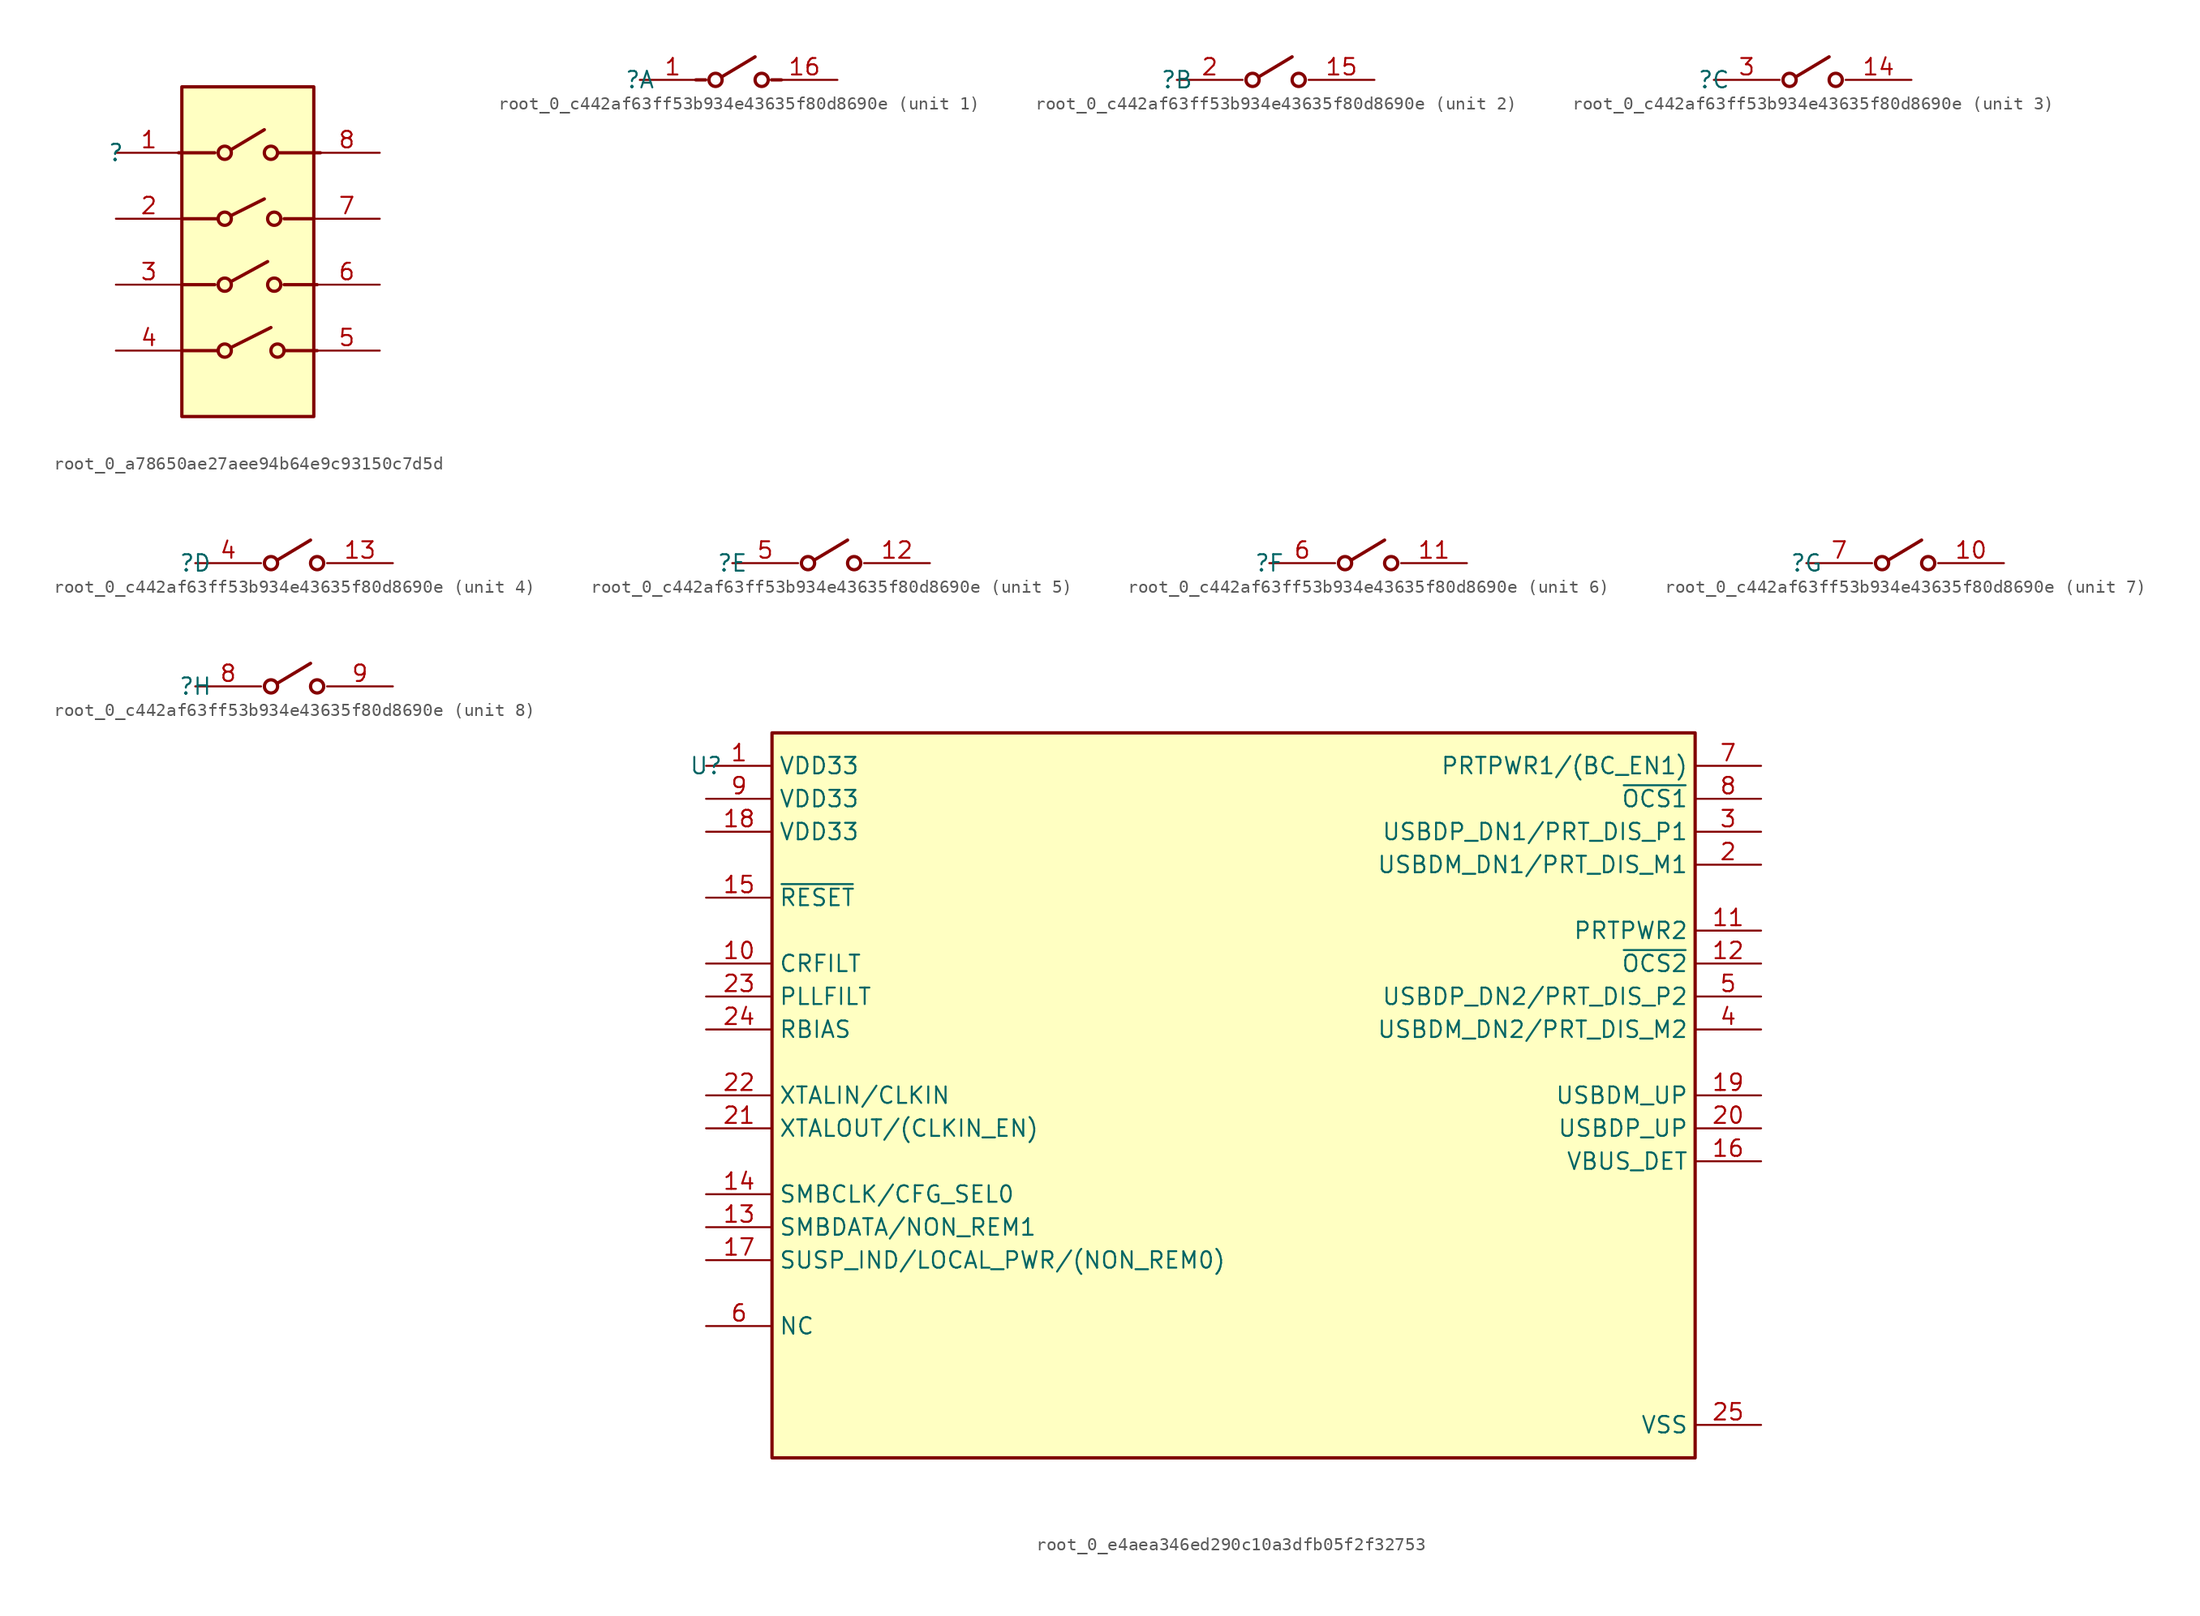
<source format=kicad_sym>
(kicad_symbol_lib
  (version 20231120)
  (generator "kicad_symbol_editor")
  (generator_version "8.0")
  (symbol "root_0_a78650ae27aee94b64e9c93150c7d5d"
    (property "Reference" ""
      (at 0 0 0)
      (effects (font (size 1.27 1.27))))
    (property "Value" ""
      (at 0 0 0)
      (effects (font (size 1.27 1.27))))
    (symbol "root_0_a78650ae27aee94b64e9c93150c7d5d_1_0"
      (polyline (pts (xy 4.826 0) (xy 7.62 0)) (stroke (width 0.254) (type solid)) (fill (type none)))
      (polyline (pts (xy 5.08 -15.24) (xy 7.874 -15.24)) (stroke (width 0.254) (type solid)) (fill (type none)))
      (polyline (pts (xy 5.08 -10.16) (xy 7.62 -10.16)) (stroke (width 0.254) (type solid)) (fill (type none)))
      (polyline (pts (xy 5.08 -5.08) (xy 7.874 -5.08)) (stroke (width 0.254) (type solid)) (fill (type none)))
      (polyline (pts (xy 8.89 -14.986) (xy 11.938 -13.462)) (stroke (width 0.254) (type solid)) (fill (type none)))
      (polyline (pts (xy 8.89 -9.906) (xy 11.684 -8.382)) (stroke (width 0.254) (type solid)) (fill (type none)))
      (polyline (pts (xy 8.89 -4.826) (xy 11.43 -3.556)) (stroke (width 0.254) (type solid)) (fill (type none)))
      (polyline (pts (xy 8.89 0.254) (xy 11.43 1.778)) (stroke (width 0.254) (type solid)) (fill (type none)))
      (polyline (pts (xy 15.24 -5.08) (xy 12.954 -5.08)) (stroke (width 0.254) (type solid)) (fill (type none)))
      (polyline (pts (xy 15.494 -15.24) (xy 12.954 -15.24)) (stroke (width 0.254) (type solid)) (fill (type none)))
      (polyline (pts (xy 15.494 -10.16) (xy 12.954 -10.16)) (stroke (width 0.254) (type solid)) (fill (type none)))
      (polyline (pts (xy 15.748 0) (xy 12.446 0)) (stroke (width 0.254) (type solid)) (fill (type none)))
      (circle (center 8.382 -15.24) (radius 0.508) (stroke (width 0.254) (type solid)) (fill (type none)))
      (circle (center 8.382 -10.16) (radius 0.508) (stroke (width 0.254) (type solid)) (fill (type none)))
      (circle (center 8.382 -5.08) (radius 0.508) (stroke (width 0.254) (type solid)) (fill (type none)))
      (circle (center 8.382 0) (radius 0.508) (stroke (width 0.254) (type solid)) (fill (type none)))
      (circle (center 11.938 0) (radius 0.508) (stroke (width 0.254) (type solid)) (fill (type none)))
      (circle (center 12.192 -10.16) (radius 0.508) (stroke (width 0.254) (type solid)) (fill (type none)))
      (circle (center 12.192 -5.08) (radius 0.508) (stroke (width 0.254) (type solid)) (fill (type none)))
      (circle (center 12.446 -15.24) (radius 0.508) (stroke (width 0.254) (type solid)) (fill (type none)))
      (rectangle (start 15.24 5.08) (end 5.08 -20.32) (stroke (width 0.254) (type solid) (color 128 0 0 1)) (fill (type background)))
      (pin passive line (at 0 0 0) (length 5.08) (name "1" (effects (font (size 0 0)))) (number "1" (effects (font (size 1.27 1.27)))))
      (pin passive line (at 0 -5.08 0) (length 5.08) (name "2" (effects (font (size 0 0)))) (number "2" (effects (font (size 1.27 1.27)))))
      (pin passive line (at 0 -10.16 0) (length 5.08) (name "3" (effects (font (size 0 0)))) (number "3" (effects (font (size 1.27 1.27)))))
      (pin passive line (at 0 -15.24 0) (length 5.08) (name "4" (effects (font (size 0 0)))) (number "4" (effects (font (size 1.27 1.27)))))
      (pin passive line (at 20.32 -15.24 180) (length 5.08) (name "5" (effects (font (size 0 0)))) (number "5" (effects (font (size 1.27 1.27)))))
      (pin passive line (at 20.32 -10.16 180) (length 5.08) (name "6" (effects (font (size 0 0)))) (number "6" (effects (font (size 1.27 1.27)))))
      (pin passive line (at 20.32 -5.08 180) (length 5.08) (name "7" (effects (font (size 0 0)))) (number "7" (effects (font (size 1.27 1.27)))))
      (pin passive line (at 20.32 0 180) (length 5.08) (name "8" (effects (font (size 0 0)))) (number "8" (effects (font (size 1.27 1.27)))))))
  (symbol "root_0_c442af63ff53b934e43635f80d8690e"
    (property "Reference" ""
      (at 0 0 0)
      (effects (font (size 1.27 1.27))))
    (property "Value" ""
      (at 0 0 0)
      (effects (font (size 1.27 1.27))))
    (symbol "root_0_c442af63ff53b934e43635f80d8690e_1_0"
      (polyline (pts (xy 5.08 0) (xy 4.318 0)) (stroke (width 0.254) (type solid)) (fill (type none)))
      (polyline (pts (xy 6.35 0.254) (xy 8.89 1.778)) (stroke (width 0.254) (type solid)) (fill (type none)))
      (polyline (pts (xy 10.16 0) (xy 10.922 0)) (stroke (width 0.254) (type solid)) (fill (type none)))
      (circle (center 5.842 0) (radius 0.508) (stroke (width 0.254) (type solid)) (fill (type none)))
      (circle (center 9.398 0) (radius 0.508) (stroke (width 0.254) (type solid)) (fill (type none)))
      (pin passive line (at 0 0 0) (length 5.08) (name "1" (effects (font (size 0 0)))) (number "1" (effects (font (size 1.27 1.27)))))
      (pin passive line (at 15.24 0 180) (length 5.08) (name "16" (effects (font (size 0 0)))) (number "16" (effects (font (size 1.27 1.27))))))
    (symbol "root_0_c442af63ff53b934e43635f80d8690e_2_0"
      (polyline (pts (xy 6.35 0.254) (xy 8.89 1.778)) (stroke (width 0.254) (type solid)) (fill (type none)))
      (circle (center 5.842 0) (radius 0.508) (stroke (width 0.254) (type solid)) (fill (type none)))
      (circle (center 9.398 0) (radius 0.508) (stroke (width 0.254) (type solid)) (fill (type none)))
      (pin passive line (at 15.24 0 180) (length 5.08) (name "15" (effects (font (size 0 0)))) (number "15" (effects (font (size 1.27 1.27)))))
      (pin passive line (at 0 0 0) (length 5.08) (name "2" (effects (font (size 0 0)))) (number "2" (effects (font (size 1.27 1.27))))))
    (symbol "root_0_c442af63ff53b934e43635f80d8690e_3_0"
      (polyline (pts (xy 6.35 0.254) (xy 8.89 1.778)) (stroke (width 0.254) (type solid)) (fill (type none)))
      (circle (center 5.842 0) (radius 0.508) (stroke (width 0.254) (type solid)) (fill (type none)))
      (circle (center 9.398 0) (radius 0.508) (stroke (width 0.254) (type solid)) (fill (type none)))
      (pin passive line (at 15.24 0 180) (length 5.08) (name "14" (effects (font (size 0 0)))) (number "14" (effects (font (size 1.27 1.27)))))
      (pin passive line (at 0 0 0) (length 5.08) (name "3" (effects (font (size 0 0)))) (number "3" (effects (font (size 1.27 1.27))))))
    (symbol "root_0_c442af63ff53b934e43635f80d8690e_4_0"
      (polyline (pts (xy 6.35 0.254) (xy 8.89 1.778)) (stroke (width 0.254) (type solid)) (fill (type none)))
      (circle (center 5.842 0) (radius 0.508) (stroke (width 0.254) (type solid)) (fill (type none)))
      (circle (center 9.398 0) (radius 0.508) (stroke (width 0.254) (type solid)) (fill (type none)))
      (pin passive line (at 15.24 0 180) (length 5.08) (name "13" (effects (font (size 0 0)))) (number "13" (effects (font (size 1.27 1.27)))))
      (pin passive line (at 0 0 0) (length 5.08) (name "4" (effects (font (size 0 0)))) (number "4" (effects (font (size 1.27 1.27))))))
    (symbol "root_0_c442af63ff53b934e43635f80d8690e_5_0"
      (polyline (pts (xy 6.35 0.254) (xy 8.89 1.778)) (stroke (width 0.254) (type solid)) (fill (type none)))
      (circle (center 5.842 0) (radius 0.508) (stroke (width 0.254) (type solid)) (fill (type none)))
      (circle (center 9.398 0) (radius 0.508) (stroke (width 0.254) (type solid)) (fill (type none)))
      (pin passive line (at 15.24 0 180) (length 5.08) (name "12" (effects (font (size 0 0)))) (number "12" (effects (font (size 1.27 1.27)))))
      (pin passive line (at 0 0 0) (length 5.08) (name "5" (effects (font (size 0 0)))) (number "5" (effects (font (size 1.27 1.27))))))
    (symbol "root_0_c442af63ff53b934e43635f80d8690e_6_0"
      (polyline (pts (xy 6.35 0.254) (xy 8.89 1.778)) (stroke (width 0.254) (type solid)) (fill (type none)))
      (circle (center 5.842 0) (radius 0.508) (stroke (width 0.254) (type solid)) (fill (type none)))
      (circle (center 9.398 0) (radius 0.508) (stroke (width 0.254) (type solid)) (fill (type none)))
      (pin passive line (at 15.24 0 180) (length 5.08) (name "11" (effects (font (size 0 0)))) (number "11" (effects (font (size 1.27 1.27)))))
      (pin passive line (at 0 0 0) (length 5.08) (name "6" (effects (font (size 0 0)))) (number "6" (effects (font (size 1.27 1.27))))))
    (symbol "root_0_c442af63ff53b934e43635f80d8690e_7_0"
      (polyline (pts (xy 6.35 0.254) (xy 8.89 1.778)) (stroke (width 0.254) (type solid)) (fill (type none)))
      (circle (center 5.842 0) (radius 0.508) (stroke (width 0.254) (type solid)) (fill (type none)))
      (circle (center 9.398 0) (radius 0.508) (stroke (width 0.254) (type solid)) (fill (type none)))
      (pin passive line (at 15.24 0 180) (length 5.08) (name "10" (effects (font (size 0 0)))) (number "10" (effects (font (size 1.27 1.27)))))
      (pin passive line (at 0 0 0) (length 5.08) (name "7" (effects (font (size 0 0)))) (number "7" (effects (font (size 1.27 1.27))))))
    (symbol "root_0_c442af63ff53b934e43635f80d8690e_8_0"
      (polyline (pts (xy 6.35 0.254) (xy 8.89 1.778)) (stroke (width 0.254) (type solid)) (fill (type none)))
      (circle (center 5.842 0) (radius 0.508) (stroke (width 0.254) (type solid)) (fill (type none)))
      (circle (center 9.398 0) (radius 0.508) (stroke (width 0.254) (type solid)) (fill (type none)))
      (pin passive line (at 0 0 0) (length 5.08) (name "8" (effects (font (size 0 0)))) (number "8" (effects (font (size 1.27 1.27)))))
      (pin passive line (at 15.24 0 180) (length 5.08) (name "9" (effects (font (size 0 0)))) (number "9" (effects (font (size 1.27 1.27)))))))
  (symbol "root_0_e4aea346ed290c10a3dfb05f2f32753"
    (property "Reference" "U"
      (at 0 0 0)
      (effects (font (size 1.27 1.27))))
    (property "Value" ""
      (at 0 0 0)
      (effects (font (size 1.27 1.27))))
    (symbol "root_0_e4aea346ed290c10a3dfb05f2f32753_1_0"
      (rectangle (start 76.2 2.54) (end 5.08 -53.34) (stroke (width 0.254) (type solid) (color 128 0 0 1)) (fill (type background)))
      (pin power_in line (at 0 0 0) (length 5.08) (name "VDD33" (effects (font (size 1.27 1.27)))) (number "1" (effects (font (size 1.27 1.27)))))
      (pin passive line (at 0 -15.24 0) (length 5.08) (name "CRFILT" (effects (font (size 1.27 1.27)))) (number "10" (effects (font (size 1.27 1.27)))))
      (pin power_in line (at 81.28 -12.7 180) (length 5.08) (name "PRTPWR2" (effects (font (size 1.27 1.27)))) (number "11" (effects (font (size 1.27 1.27)))))
      (pin input line (at 81.28 -15.24 180) (length 5.08) (name "~{OCS2}" (effects (font (size 1.27 1.27)))) (number "12" (effects (font (size 1.27 1.27)))))
      (pin bidirectional line (at 0 -35.56 0) (length 5.08) (name "SMBDATA/NON_REM1" (effects (font (size 1.27 1.27)))) (number "13" (effects (font (size 1.27 1.27)))))
      (pin input line (at 0 -33.02 0) (length 5.08) (name "SMBCLK/CFG_SEL0" (effects (font (size 1.27 1.27)))) (number "14" (effects (font (size 1.27 1.27)))))
      (pin input line (at 0 -10.16 0) (length 5.08) (name "~{RESET}" (effects (font (size 1.27 1.27)))) (number "15" (effects (font (size 1.27 1.27)))))
      (pin power_in line (at 81.28 -30.48 180) (length 5.08) (name "VBUS_DET" (effects (font (size 1.27 1.27)))) (number "16" (effects (font (size 1.27 1.27)))))
      (pin output line (at 0 -38.1 0) (length 5.08) (name "SUSP_IND/LOCAL_PWR/(NON_REM0)" (effects (font (size 1.27 1.27)))) (number "17" (effects (font (size 1.27 1.27)))))
      (pin power_in line (at 0 -5.08 0) (length 5.08) (name "VDD33" (effects (font (size 1.27 1.27)))) (number "18" (effects (font (size 1.27 1.27)))))
      (pin bidirectional line (at 81.28 -25.4 180) (length 5.08) (name "USBDM_UP" (effects (font (size 1.27 1.27)))) (number "19" (effects (font (size 1.27 1.27)))))
      (pin bidirectional line (at 81.28 -7.62 180) (length 5.08) (name "USBDM_DN1/PRT_DIS_M1" (effects (font (size 1.27 1.27)))) (number "2" (effects (font (size 1.27 1.27)))))
      (pin bidirectional line (at 81.28 -27.94 180) (length 5.08) (name "USBDP_UP" (effects (font (size 1.27 1.27)))) (number "20" (effects (font (size 1.27 1.27)))))
      (pin output line (at 0 -27.94 0) (length 5.08) (name "XTALOUT/(CLKIN_EN)" (effects (font (size 1.27 1.27)))) (number "21" (effects (font (size 1.27 1.27)))))
      (pin input line (at 0 -25.4 0) (length 5.08) (name "XTALIN/CLKIN" (effects (font (size 1.27 1.27)))) (number "22" (effects (font (size 1.27 1.27)))))
      (pin passive line (at 0 -17.78 0) (length 5.08) (name "PLLFILT" (effects (font (size 1.27 1.27)))) (number "23" (effects (font (size 1.27 1.27)))))
      (pin passive line (at 0 -20.32 0) (length 5.08) (name "RBIAS" (effects (font (size 1.27 1.27)))) (number "24" (effects (font (size 1.27 1.27)))))
      (pin power_in line (at 81.28 -50.8 180) (length 5.08) (name "VSS" (effects (font (size 1.27 1.27)))) (number "25" (effects (font (size 1.27 1.27)))))
      (pin bidirectional line (at 81.28 -5.08 180) (length 5.08) (name "USBDP_DN1/PRT_DIS_P1" (effects (font (size 1.27 1.27)))) (number "3" (effects (font (size 1.27 1.27)))))
      (pin bidirectional line (at 81.28 -20.32 180) (length 5.08) (name "USBDM_DN2/PRT_DIS_M2" (effects (font (size 1.27 1.27)))) (number "4" (effects (font (size 1.27 1.27)))))
      (pin bidirectional line (at 81.28 -17.78 180) (length 5.08) (name "USBDP_DN2/PRT_DIS_P2" (effects (font (size 1.27 1.27)))) (number "5" (effects (font (size 1.27 1.27)))))
      (pin passive line (at 0 -43.18 0) (length 5.08) (name "NC" (effects (font (size 1.27 1.27)))) (number "6" (effects (font (size 1.27 1.27)))))
      (pin power_in line (at 81.28 0 180) (length 5.08) (name "PRTPWR1/(BC_EN1)" (effects (font (size 1.27 1.27)))) (number "7" (effects (font (size 1.27 1.27)))))
      (pin input line (at 81.28 -2.54 180) (length 5.08) (name "~{OCS1}" (effects (font (size 1.27 1.27)))) (number "8" (effects (font (size 1.27 1.27)))))
      (pin power_in line (at 0 -2.54 0) (length 5.08) (name "VDD33" (effects (font (size 1.27 1.27)))) (number "9" (effects (font (size 1.27 1.27))))))))
</source>
